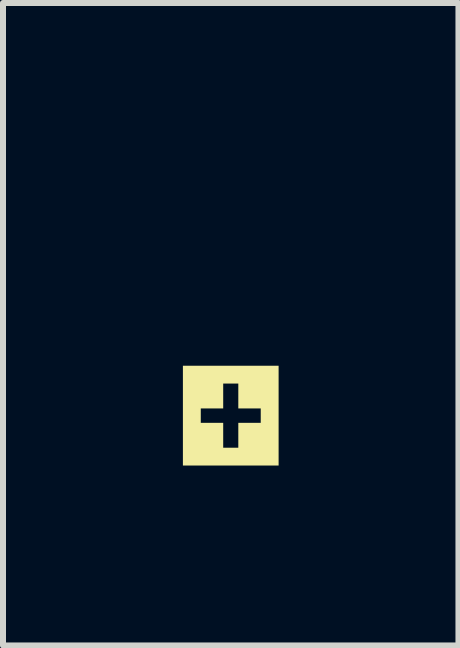
<source format=kicad_pcb>
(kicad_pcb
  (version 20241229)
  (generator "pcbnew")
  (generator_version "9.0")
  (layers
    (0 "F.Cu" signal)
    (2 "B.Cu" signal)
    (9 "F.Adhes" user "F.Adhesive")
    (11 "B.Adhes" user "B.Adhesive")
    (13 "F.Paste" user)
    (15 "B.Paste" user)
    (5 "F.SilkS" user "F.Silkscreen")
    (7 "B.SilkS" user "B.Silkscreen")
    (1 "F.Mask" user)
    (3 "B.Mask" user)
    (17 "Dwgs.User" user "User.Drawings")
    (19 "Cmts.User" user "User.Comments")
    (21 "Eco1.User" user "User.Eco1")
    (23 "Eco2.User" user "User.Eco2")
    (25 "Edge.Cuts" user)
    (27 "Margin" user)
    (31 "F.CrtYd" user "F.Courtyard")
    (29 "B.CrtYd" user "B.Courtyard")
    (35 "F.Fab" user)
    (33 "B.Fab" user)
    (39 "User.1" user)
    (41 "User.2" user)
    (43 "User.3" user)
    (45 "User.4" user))
  (footprint "kibuzzard-64612FA6"
    (layer "F.Cu")
    (at 0.798 3.881)
    (property "Reference" "kibuzzard-64612FA6" (at 0 -3.88 0) (layer "F.SilkS") (effects (font (size 0.001 0.001) (thickness 0.0002))))
    (attr board_only exclude_from_pos_files exclude_from_bom)
    (fp_poly (pts (xy -0.5 -0.832) (xy -0.798 -0.832) (xy -0.798 0.832) (xy -0.5 0.832) (xy 0.126 0.832) (xy 0.126 0.535) (xy -0.126 0.535) (xy -0.126 0.12) (xy -0.5 0.12) (xy -0.5 -0.12) (xy -0.126 -0.12) (xy -0.126 -0.535) (xy 0.126 -0.535) (xy 0.126 -0.12) (xy 0.5 -0.12) (xy 0.5 0.12) (xy 0.126 0.12) (xy 0.126 0.535) (xy 0.126 0.832) (xy 0.5 0.832) (xy 0.798 0.832) (xy 0.798 -0.832) (xy 0.5 -0.832) (xy -0.5 -0.832)) (stroke (width 0) (type solid)) (fill yes) (layer "F.SilkS")))
  (gr_rect
    (start -3 -3)
    (end 4.595 7.713)
    (stroke (width 0.1) (type default))
    (fill no)
    (layer "Edge.Cuts")))
</source>
